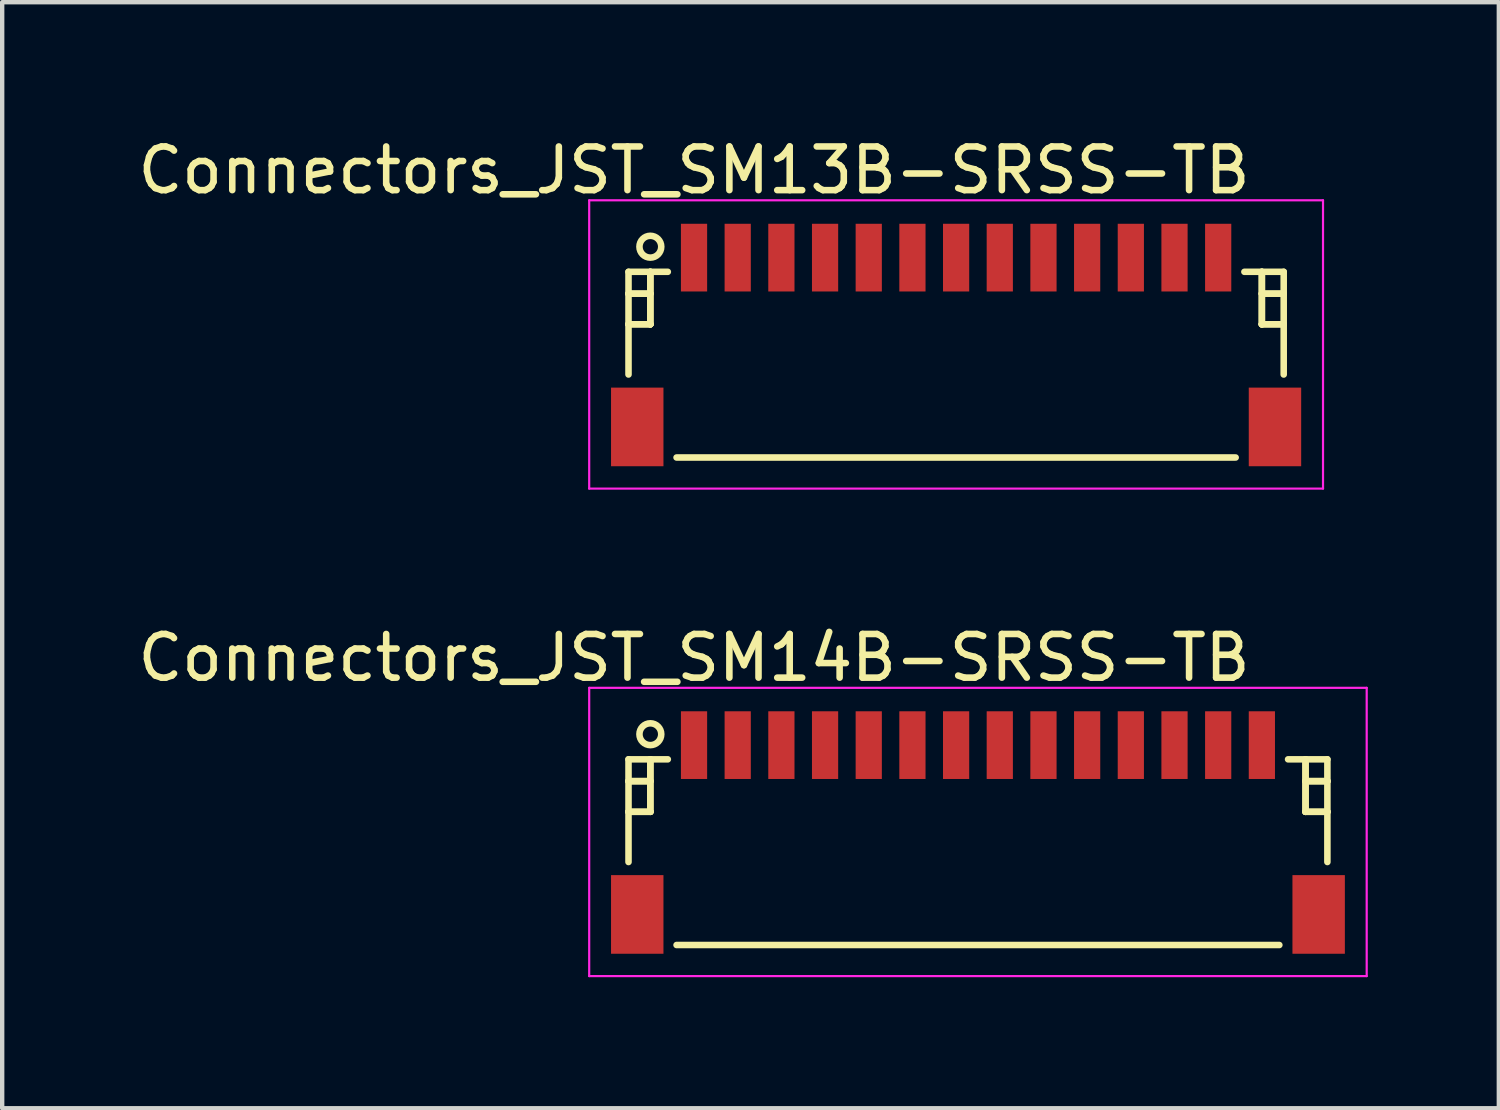
<source format=kicad_pcb>
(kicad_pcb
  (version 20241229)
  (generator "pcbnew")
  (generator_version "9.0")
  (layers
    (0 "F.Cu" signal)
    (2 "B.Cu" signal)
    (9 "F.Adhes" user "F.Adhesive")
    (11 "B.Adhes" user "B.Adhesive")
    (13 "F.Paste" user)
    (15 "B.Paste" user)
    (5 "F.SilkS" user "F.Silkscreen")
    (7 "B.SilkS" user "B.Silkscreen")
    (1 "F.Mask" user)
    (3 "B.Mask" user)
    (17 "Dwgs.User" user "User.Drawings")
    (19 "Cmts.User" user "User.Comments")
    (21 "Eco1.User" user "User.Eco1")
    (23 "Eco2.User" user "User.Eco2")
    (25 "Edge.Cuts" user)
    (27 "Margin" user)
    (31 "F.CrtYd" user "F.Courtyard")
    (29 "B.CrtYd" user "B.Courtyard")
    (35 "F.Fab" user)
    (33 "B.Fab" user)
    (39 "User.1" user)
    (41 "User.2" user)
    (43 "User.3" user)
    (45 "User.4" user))
  (footprint "Connectors_JST_SM13B-SRSS-TB"
    (layer "F.Cu")
    (at 18.839 4.786)
    (property "Reference" "Connectors_JST_SM13B-SRSS-TB" (at -6 -3.938 0) (layer "F.SilkS") (effects (font (size 1 1) (thickness 0.15))))
    (attr smd)
    (fp_line (start -7.5 -1.613) (end -6.6 -1.613) (stroke (width 0.15) (type solid)) (layer "F.SilkS"))
    (fp_line (start -7.5 -1.113) (end -7.5 -1.113) (stroke (width 0.15) (type solid)) (layer "F.SilkS"))
    (fp_line (start -7.5 -1.113) (end -7 -1.113) (stroke (width 0.15) (type solid)) (layer "F.SilkS"))
    (fp_line (start -7.5 -0.412) (end -7.5 -0.412) (stroke (width 0.15) (type solid)) (layer "F.SilkS"))
    (fp_line (start -7.5 -0.412) (end -7 -0.412) (stroke (width 0.15) (type solid)) (layer "F.SilkS"))
    (fp_line (start -7.5 0.738) (end -7.5 -1.613) (stroke (width 0.15) (type solid)) (layer "F.SilkS"))
    (fp_line (start -7 -1.613) (end -7 -1.613) (stroke (width 0.15) (type solid)) (layer "F.SilkS"))
    (fp_line (start -7 -1.613) (end -7 -0.412) (stroke (width 0.15) (type solid)) (layer "F.SilkS"))
    (fp_line (start -7 -1.113) (end -7.5 -1.113) (stroke (width 0.15) (type solid)) (layer "F.SilkS"))
    (fp_line (start -7 -1.113) (end -7 -1.113) (stroke (width 0.15) (type solid)) (layer "F.SilkS"))
    (fp_line (start -7 -0.412) (end -7.5 -0.412) (stroke (width 0.15) (type solid)) (layer "F.SilkS"))
    (fp_line (start -7 -0.412) (end -7 -1.613) (stroke (width 0.15) (type solid)) (layer "F.SilkS"))
    (fp_line (start -7 -0.412) (end -7 -0.412) (stroke (width 0.15) (type solid)) (layer "F.SilkS"))
    (fp_line (start -7 -0.412) (end -7 -0.412) (stroke (width 0.15) (type solid)) (layer "F.SilkS"))
    (fp_line (start -6.4 2.638) (end 6.4 2.638) (stroke (width 0.15) (type solid)) (layer "F.SilkS"))
    (fp_line (start 7 -1.613) (end 7 -1.613) (stroke (width 0.15) (type solid)) (layer "F.SilkS"))
    (fp_line (start 7 -1.613) (end 7 -0.412) (stroke (width 0.15) (type solid)) (layer "F.SilkS"))
    (fp_line (start 7 -1.113) (end 7 -1.113) (stroke (width 0.15) (type solid)) (layer "F.SilkS"))
    (fp_line (start 7 -1.113) (end 7.5 -1.113) (stroke (width 0.15) (type solid)) (layer "F.SilkS"))
    (fp_line (start 7 -0.412) (end 7 -1.613) (stroke (width 0.15) (type solid)) (layer "F.SilkS"))
    (fp_line (start 7 -0.412) (end 7 -0.412) (stroke (width 0.15) (type solid)) (layer "F.SilkS"))
    (fp_line (start 7 -0.412) (end 7 -0.412) (stroke (width 0.15) (type solid)) (layer "F.SilkS"))
    (fp_line (start 7 -0.412) (end 7.5 -0.412) (stroke (width 0.15) (type solid)) (layer "F.SilkS"))
    (fp_line (start 7.5 -1.613) (end 6.6 -1.613) (stroke (width 0.15) (type solid)) (layer "F.SilkS"))
    (fp_line (start 7.5 -1.113) (end 7 -1.113) (stroke (width 0.15) (type solid)) (layer "F.SilkS"))
    (fp_line (start 7.5 -1.113) (end 7.5 -1.113) (stroke (width 0.15) (type solid)) (layer "F.SilkS"))
    (fp_line (start 7.5 -0.412) (end 7 -0.412) (stroke (width 0.15) (type solid)) (layer "F.SilkS"))
    (fp_line (start 7.5 -0.412) (end 7.5 -0.412) (stroke (width 0.15) (type solid)) (layer "F.SilkS"))
    (fp_line (start 7.5 0.738) (end 7.5 -1.613) (stroke (width 0.15) (type solid)) (layer "F.SilkS"))
    (fp_circle (center -7 -2.188) (end -6.75 -2.188) (stroke (width 0.15) (type solid)) (fill no) (layer "F.SilkS"))
    (fp_line (start -8.4 -3.25) (end 8.4 -3.25) (stroke (width 0.05) (type solid)) (layer "F.CrtYd"))
    (fp_line (start -8.4 3.35) (end -8.4 -3.25) (stroke (width 0.05) (type solid)) (layer "F.CrtYd"))
    (fp_line (start 8.4 -3.25) (end 8.4 3.35) (stroke (width 0.05) (type solid)) (layer "F.CrtYd"))
    (fp_line (start 8.4 3.35) (end -8.4 3.35) (stroke (width 0.05) (type solid)) (layer "F.CrtYd"))
    (pad "" smd rect (at -7.3 1.938) (size 1.2 1.8) (layers "F.Cu" "F.Mask" "F.Paste"))
    (pad "" smd rect (at 7.3 1.938) (size 1.2 1.8) (layers "F.Cu" "F.Mask" "F.Paste"))
    (pad "1" smd rect (at -6 -1.938) (size 0.6 1.55) (layers "F.Cu" "F.Mask" "F.Paste"))
    (pad "2" smd rect (at -5 -1.938) (size 0.6 1.55) (layers "F.Cu" "F.Mask" "F.Paste"))
    (pad "3" smd rect (at -4 -1.938) (size 0.6 1.55) (layers "F.Cu" "F.Mask" "F.Paste"))
    (pad "4" smd rect (at -3 -1.938) (size 0.6 1.55) (layers "F.Cu" "F.Mask" "F.Paste"))
    (pad "5" smd rect (at -2 -1.938) (size 0.6 1.55) (layers "F.Cu" "F.Mask" "F.Paste"))
    (pad "6" smd rect (at -1 -1.938) (size 0.6 1.55) (layers "F.Cu" "F.Mask" "F.Paste"))
    (pad "7" smd rect (at 0 -1.938) (size 0.6 1.55) (layers "F.Cu" "F.Mask" "F.Paste"))
    (pad "8" smd rect (at 1 -1.938) (size 0.6 1.55) (layers "F.Cu" "F.Mask" "F.Paste"))
    (pad "9" smd rect (at 2 -1.938) (size 0.6 1.55) (layers "F.Cu" "F.Mask" "F.Paste"))
    (pad "10" smd rect (at 3 -1.938) (size 0.6 1.55) (layers "F.Cu" "F.Mask" "F.Paste"))
    (pad "11" smd rect (at 4 -1.938) (size 0.6 1.55) (layers "F.Cu" "F.Mask" "F.Paste"))
    (pad "12" smd rect (at 5 -1.938) (size 0.6 1.55) (layers "F.Cu" "F.Mask" "F.Paste"))
    (pad "13" smd rect (at 6 -1.938) (size 0.6 1.55) (layers "F.Cu" "F.Mask" "F.Paste")))
  (footprint "Connectors_JST_SM14B-SRSS-TB"
    (layer "F.Cu")
    (at 19.339 15.947)
    (property "Reference" "Connectors_JST_SM14B-SRSS-TB" (at -6.5 -3.938 0) (layer "F.SilkS") (effects (font (size 1 1) (thickness 0.15))))
    (attr smd)
    (fp_line (start -8 -1.613) (end -7.1 -1.613) (stroke (width 0.15) (type solid)) (layer "F.SilkS"))
    (fp_line (start -8 -1.113) (end -8 -1.113) (stroke (width 0.15) (type solid)) (layer "F.SilkS"))
    (fp_line (start -8 -1.113) (end -7.5 -1.113) (stroke (width 0.15) (type solid)) (layer "F.SilkS"))
    (fp_line (start -8 -0.412) (end -8 -0.412) (stroke (width 0.15) (type solid)) (layer "F.SilkS"))
    (fp_line (start -8 -0.412) (end -7.5 -0.412) (stroke (width 0.15) (type solid)) (layer "F.SilkS"))
    (fp_line (start -8 0.738) (end -8 -1.613) (stroke (width 0.15) (type solid)) (layer "F.SilkS"))
    (fp_line (start -7.5 -1.613) (end -7.5 -1.613) (stroke (width 0.15) (type solid)) (layer "F.SilkS"))
    (fp_line (start -7.5 -1.613) (end -7.5 -0.412) (stroke (width 0.15) (type solid)) (layer "F.SilkS"))
    (fp_line (start -7.5 -1.113) (end -8 -1.113) (stroke (width 0.15) (type solid)) (layer "F.SilkS"))
    (fp_line (start -7.5 -1.113) (end -7.5 -1.113) (stroke (width 0.15) (type solid)) (layer "F.SilkS"))
    (fp_line (start -7.5 -0.412) (end -8 -0.412) (stroke (width 0.15) (type solid)) (layer "F.SilkS"))
    (fp_line (start -7.5 -0.412) (end -7.5 -1.613) (stroke (width 0.15) (type solid)) (layer "F.SilkS"))
    (fp_line (start -7.5 -0.412) (end -7.5 -0.412) (stroke (width 0.15) (type solid)) (layer "F.SilkS"))
    (fp_line (start -7.5 -0.412) (end -7.5 -0.412) (stroke (width 0.15) (type solid)) (layer "F.SilkS"))
    (fp_line (start -6.9 2.638) (end 6.9 2.638) (stroke (width 0.15) (type solid)) (layer "F.SilkS"))
    (fp_line (start 7.5 -1.613) (end 7.5 -1.613) (stroke (width 0.15) (type solid)) (layer "F.SilkS"))
    (fp_line (start 7.5 -1.613) (end 7.5 -0.412) (stroke (width 0.15) (type solid)) (layer "F.SilkS"))
    (fp_line (start 7.5 -1.113) (end 7.5 -1.113) (stroke (width 0.15) (type solid)) (layer "F.SilkS"))
    (fp_line (start 7.5 -1.113) (end 8 -1.113) (stroke (width 0.15) (type solid)) (layer "F.SilkS"))
    (fp_line (start 7.5 -0.412) (end 7.5 -1.613) (stroke (width 0.15) (type solid)) (layer "F.SilkS"))
    (fp_line (start 7.5 -0.412) (end 7.5 -0.412) (stroke (width 0.15) (type solid)) (layer "F.SilkS"))
    (fp_line (start 7.5 -0.412) (end 7.5 -0.412) (stroke (width 0.15) (type solid)) (layer "F.SilkS"))
    (fp_line (start 7.5 -0.412) (end 8 -0.412) (stroke (width 0.15) (type solid)) (layer "F.SilkS"))
    (fp_line (start 8 -1.613) (end 7.1 -1.613) (stroke (width 0.15) (type solid)) (layer "F.SilkS"))
    (fp_line (start 8 -1.113) (end 7.5 -1.113) (stroke (width 0.15) (type solid)) (layer "F.SilkS"))
    (fp_line (start 8 -1.113) (end 8 -1.113) (stroke (width 0.15) (type solid)) (layer "F.SilkS"))
    (fp_line (start 8 -0.412) (end 7.5 -0.412) (stroke (width 0.15) (type solid)) (layer "F.SilkS"))
    (fp_line (start 8 -0.412) (end 8 -0.412) (stroke (width 0.15) (type solid)) (layer "F.SilkS"))
    (fp_line (start 8 0.738) (end 8 -1.613) (stroke (width 0.15) (type solid)) (layer "F.SilkS"))
    (fp_circle (center -7.5 -2.188) (end -7.25 -2.188) (stroke (width 0.15) (type solid)) (fill no) (layer "F.SilkS"))
    (fp_line (start -8.9 -3.25) (end 8.9 -3.25) (stroke (width 0.05) (type solid)) (layer "F.CrtYd"))
    (fp_line (start -8.9 3.35) (end -8.9 -3.25) (stroke (width 0.05) (type solid)) (layer "F.CrtYd"))
    (fp_line (start 8.9 -3.25) (end 8.9 3.35) (stroke (width 0.05) (type solid)) (layer "F.CrtYd"))
    (fp_line (start 8.9 3.35) (end -8.9 3.35) (stroke (width 0.05) (type solid)) (layer "F.CrtYd"))
    (pad "" smd rect (at -7.8 1.938) (size 1.2 1.8) (layers "F.Cu" "F.Mask" "F.Paste"))
    (pad "" smd rect (at 7.8 1.938) (size 1.2 1.8) (layers "F.Cu" "F.Mask" "F.Paste"))
    (pad "1" smd rect (at -6.5 -1.938) (size 0.6 1.55) (layers "F.Cu" "F.Mask" "F.Paste"))
    (pad "2" smd rect (at -5.5 -1.938) (size 0.6 1.55) (layers "F.Cu" "F.Mask" "F.Paste"))
    (pad "3" smd rect (at -4.5 -1.938) (size 0.6 1.55) (layers "F.Cu" "F.Mask" "F.Paste"))
    (pad "4" smd rect (at -3.5 -1.938) (size 0.6 1.55) (layers "F.Cu" "F.Mask" "F.Paste"))
    (pad "5" smd rect (at -2.5 -1.938) (size 0.6 1.55) (layers "F.Cu" "F.Mask" "F.Paste"))
    (pad "6" smd rect (at -1.5 -1.938) (size 0.6 1.55) (layers "F.Cu" "F.Mask" "F.Paste"))
    (pad "7" smd rect (at -0.5 -1.938) (size 0.6 1.55) (layers "F.Cu" "F.Mask" "F.Paste"))
    (pad "8" smd rect (at 0.5 -1.938) (size 0.6 1.55) (layers "F.Cu" "F.Mask" "F.Paste"))
    (pad "9" smd rect (at 1.5 -1.938) (size 0.6 1.55) (layers "F.Cu" "F.Mask" "F.Paste"))
    (pad "10" smd rect (at 2.5 -1.938) (size 0.6 1.55) (layers "F.Cu" "F.Mask" "F.Paste"))
    (pad "11" smd rect (at 3.5 -1.938) (size 0.6 1.55) (layers "F.Cu" "F.Mask" "F.Paste"))
    (pad "12" smd rect (at 4.5 -1.938) (size 0.6 1.55) (layers "F.Cu" "F.Mask" "F.Paste"))
    (pad "13" smd rect (at 5.5 -1.938) (size 0.6 1.55) (layers "F.Cu" "F.Mask" "F.Paste"))
    (pad "14" smd rect (at 6.5 -1.938) (size 0.6 1.55) (layers "F.Cu" "F.Mask" "F.Paste")))
  (gr_rect
    (start -3 -3)
    (end 31.264 22.322)
    (stroke (width 0.1) (type default))
    (fill no)
    (layer "Edge.Cuts")))
</source>
